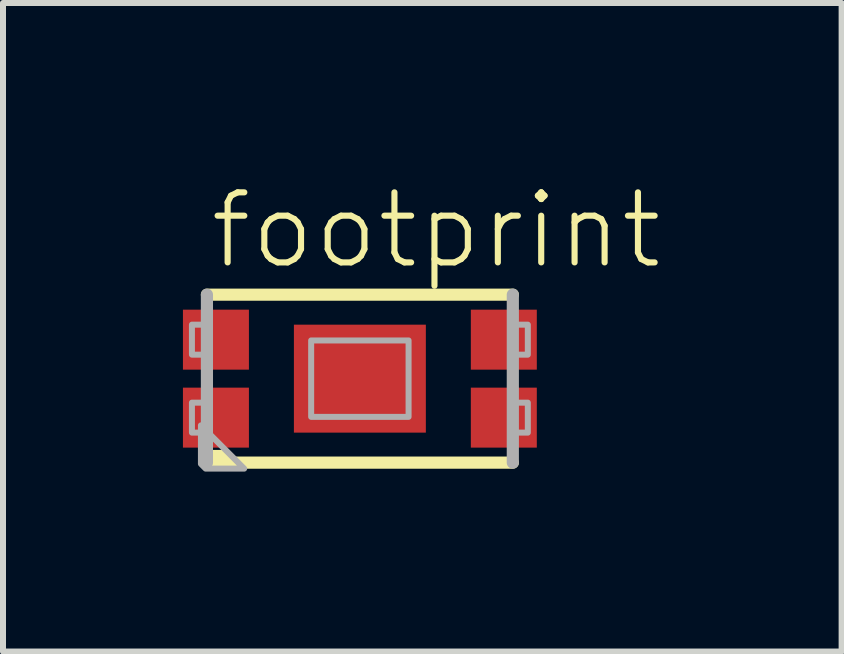
<source format=kicad_pcb>
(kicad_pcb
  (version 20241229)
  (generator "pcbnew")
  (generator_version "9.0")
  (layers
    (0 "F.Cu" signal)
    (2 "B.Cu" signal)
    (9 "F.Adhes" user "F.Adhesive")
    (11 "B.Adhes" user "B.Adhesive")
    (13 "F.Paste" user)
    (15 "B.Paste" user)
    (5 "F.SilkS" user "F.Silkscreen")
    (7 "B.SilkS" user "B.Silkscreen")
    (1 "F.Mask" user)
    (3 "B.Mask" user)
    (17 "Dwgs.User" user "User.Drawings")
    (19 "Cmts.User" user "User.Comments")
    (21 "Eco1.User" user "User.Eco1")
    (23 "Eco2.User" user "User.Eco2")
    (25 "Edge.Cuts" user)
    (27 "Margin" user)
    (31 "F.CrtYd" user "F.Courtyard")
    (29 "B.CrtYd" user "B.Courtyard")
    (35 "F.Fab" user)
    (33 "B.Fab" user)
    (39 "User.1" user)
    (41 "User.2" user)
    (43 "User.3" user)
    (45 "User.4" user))
  (footprint "footprint"
    (layer "F.Cu")
    (at 2.95 3.263)
    (property "Reference" "footprint" (at -2.55 -1.79 0) (layer "F.SilkS") (effects (font (size 1.168 1.168) (thickness 0.102)) (justify left bottom)))
    (fp_line (start -2.55 -1.4) (end 2.55 -1.4) (stroke (width 0.203) (type solid)) (layer "F.SilkS"))
    (fp_line (start 2.55 1.4) (end -2.55 1.4) (stroke (width 0.203) (type solid)) (layer "F.SilkS"))
    (fp_poly (pts (xy -1.929 1.5) (xy -2.571 1.5) (xy -2.65 1.421) (xy -2.65 1.188) (xy -2.242 1.188)) (stroke (width 0) (type solid)) (fill yes) (layer "F.SilkS"))
    (fp_line (start -2.55 1.4) (end -2.55 -1.4) (stroke (width 0.203) (type solid)) (layer "F.Fab"))
    (fp_line (start 2.55 -1.4) (end 2.55 1.4) (stroke (width 0.203) (type solid)) (layer "F.Fab"))
    (fp_poly (pts (xy -2.8 -0.4) (xy -2.55 -0.4) (xy -2.55 -0.9) (xy -2.8 -0.9)) (stroke (width 0.1) (type solid)) (fill no) (layer "F.Fab"))
    (fp_poly (pts (xy -2.8 0.9) (xy -2.55 0.9) (xy -2.55 0.4) (xy -2.8 0.4)) (stroke (width 0.1) (type solid)) (fill no) (layer "F.Fab"))
    (fp_poly (pts (xy -1.929 1.5) (xy -2.571 1.5) (xy -2.65 1.421) (xy -2.65 0.779)) (stroke (width 0.1) (type solid)) (fill no) (layer "F.Fab"))
    (fp_poly (pts (xy -0.812 0.637) (xy 0.812 0.637) (xy 0.812 -0.637) (xy -0.812 -0.637)) (stroke (width 0.1) (type solid)) (fill no) (layer "F.Fab"))
    (fp_poly (pts (xy 2.55 -0.4) (xy 2.8 -0.4) (xy 2.8 -0.9) (xy 2.55 -0.9)) (stroke (width 0.1) (type solid)) (fill no) (layer "F.Fab"))
    (fp_poly (pts (xy 2.55 0.9) (xy 2.8 0.9) (xy 2.8 0.4) (xy 2.55 0.4)) (stroke (width 0.1) (type solid)) (fill no) (layer "F.Fab"))
    (pad "1@1" smd rect (at -2.4 0.65) (size 1.1 1) (layers "F.Cu" "F.Mask" "F.Paste"))
    (pad "1@2" smd rect (at -2.4 -0.65) (size 1.1 1) (layers "F.Cu" "F.Mask" "F.Paste"))
    (pad "2" smd rect (at 2.4 0.65) (size 1.1 1) (layers "F.Cu" "F.Mask" "F.Paste"))
    (pad "3" smd rect (at 0 0) (size 2.2 1.8) (layers "F.Cu" "F.Mask" "F.Paste"))
    (pad "4" smd rect (at 2.4 -0.65) (size 1.1 1) (layers "F.Cu" "F.Mask" "F.Paste")))
  (gr_rect
    (start -3 -3)
    (end 10.982 7.813)
    (stroke (width 0.1) (type default))
    (fill no)
    (layer "Edge.Cuts")))
</source>
